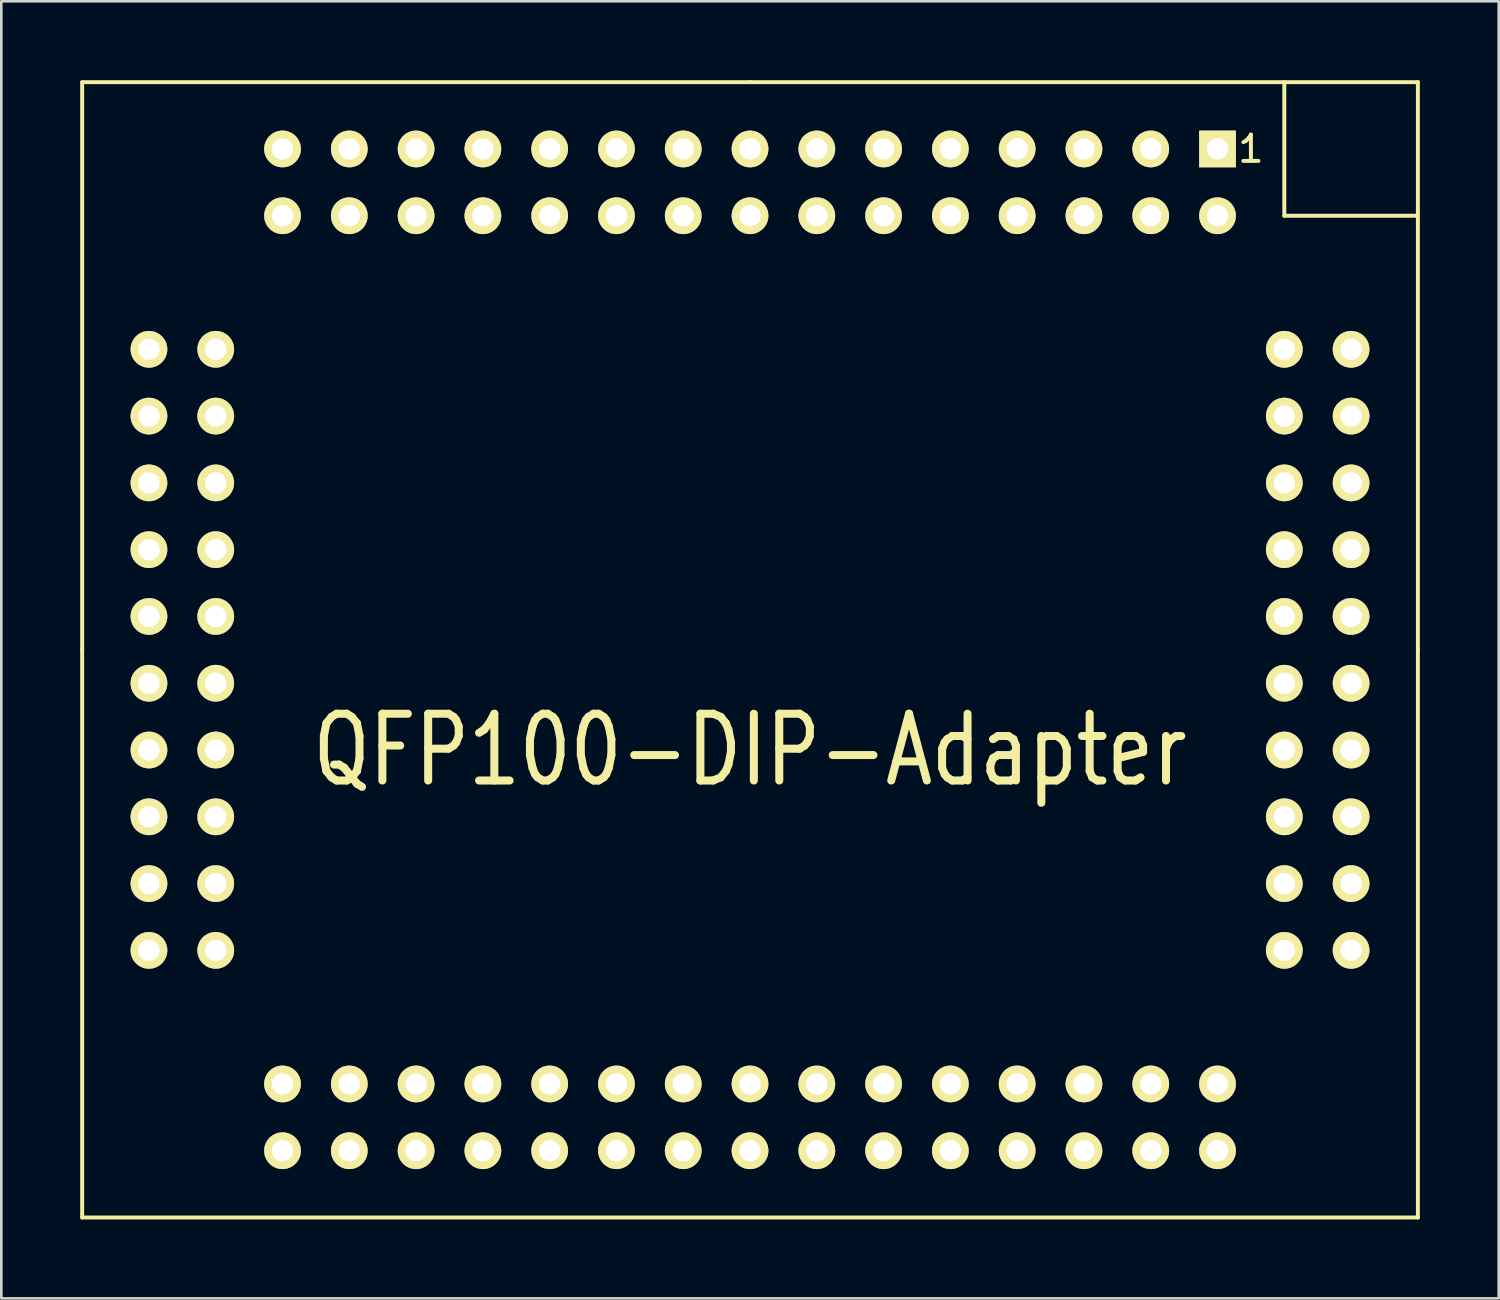
<source format=kicad_pcb>
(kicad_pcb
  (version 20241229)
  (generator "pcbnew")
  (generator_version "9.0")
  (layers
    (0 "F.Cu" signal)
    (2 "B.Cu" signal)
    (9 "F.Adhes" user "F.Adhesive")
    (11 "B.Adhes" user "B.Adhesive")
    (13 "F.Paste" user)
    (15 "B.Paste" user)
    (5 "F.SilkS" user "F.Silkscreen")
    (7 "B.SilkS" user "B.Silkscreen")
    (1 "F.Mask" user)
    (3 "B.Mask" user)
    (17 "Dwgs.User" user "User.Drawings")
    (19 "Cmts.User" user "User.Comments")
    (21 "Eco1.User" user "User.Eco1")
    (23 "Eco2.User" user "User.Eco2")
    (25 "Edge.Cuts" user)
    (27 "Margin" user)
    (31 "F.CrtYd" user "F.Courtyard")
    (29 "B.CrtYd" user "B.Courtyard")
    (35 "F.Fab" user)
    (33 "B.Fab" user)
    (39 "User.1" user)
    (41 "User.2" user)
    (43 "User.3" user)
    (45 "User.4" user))
  (footprint "QFP100-DIP-Adapter"
    (layer "F.Cu")
    (at 25.475 21.665)
    (property "Reference" "QFP100-DIP-Adapter" (at 0 3.81 0) (layer "F.SilkS") (effects (font (size 2.54 2.032) (thickness 0.305))))
    (attr through_hole)
    (fp_line (start -25.4 -21.59) (end 0 -21.59) (stroke (width 0.15) (type solid)) (layer "F.SilkS"))
    (fp_line (start -25.4 0) (end -25.4 -21.59) (stroke (width 0.15) (type solid)) (layer "F.SilkS"))
    (fp_line (start -25.4 21.59) (end -25.4 0) (stroke (width 0.15) (type solid)) (layer "F.SilkS"))
    (fp_line (start 0 -21.59) (end 25.4 -21.59) (stroke (width 0.15) (type solid)) (layer "F.SilkS"))
    (fp_line (start 20.32 -21.59) (end 20.32 -16.51) (stroke (width 0.15) (type solid)) (layer "F.SilkS"))
    (fp_line (start 20.32 -16.51) (end 25.4 -16.51) (stroke (width 0.15) (type solid)) (layer "F.SilkS"))
    (fp_line (start 25.4 -21.59) (end 25.4 0) (stroke (width 0.15) (type solid)) (layer "F.SilkS"))
    (fp_line (start 25.4 0) (end 25.4 21.59) (stroke (width 0.15) (type solid)) (layer "F.SilkS"))
    (fp_line (start 25.4 21.59) (end -25.4 21.59) (stroke (width 0.15) (type solid)) (layer "F.SilkS"))
    (fp_text user "1" (at 19.05 -19.05 0) (layer "F.SilkS") (effects (font (size 1 1) (thickness 0.15))))
    (pad "1" thru_hole rect (at 17.78 -19.05 180) (size 1.397 1.397) (drill 0.813) (layers "*.Cu" "*.Mask" "F.SilkS"))
    (pad "2" thru_hole circle (at 17.78 -16.51 90) (size 1.397 1.397) (drill 0.813) (layers "*.Cu" "*.Mask" "F.SilkS"))
    (pad "3" thru_hole circle (at 15.24 -19.05 90) (size 1.397 1.397) (drill 0.813) (layers "*.Cu" "*.Mask" "F.SilkS"))
    (pad "4" thru_hole circle (at 15.24 -16.51 90) (size 1.397 1.397) (drill 0.813) (layers "*.Cu" "*.Mask" "F.SilkS"))
    (pad "5" thru_hole circle (at 12.7 -19.05 90) (size 1.397 1.397) (drill 0.813) (layers "*.Cu" "*.Mask" "F.SilkS"))
    (pad "6" thru_hole circle (at 12.7 -16.51 90) (size 1.397 1.397) (drill 0.813) (layers "*.Cu" "*.Mask" "F.SilkS"))
    (pad "7" thru_hole circle (at 10.16 -19.05 90) (size 1.397 1.397) (drill 0.813) (layers "*.Cu" "*.Mask" "F.SilkS"))
    (pad "8" thru_hole circle (at 10.16 -16.51 90) (size 1.397 1.397) (drill 0.813) (layers "*.Cu" "*.Mask" "F.SilkS"))
    (pad "9" thru_hole circle (at 7.62 -19.05 90) (size 1.397 1.397) (drill 0.813) (layers "*.Cu" "*.Mask" "F.SilkS"))
    (pad "10" thru_hole circle (at 7.62 -16.51 90) (size 1.397 1.397) (drill 0.813) (layers "*.Cu" "*.Mask" "F.SilkS"))
    (pad "11" thru_hole circle (at 5.08 -19.05 90) (size 1.397 1.397) (drill 0.813) (layers "*.Cu" "*.Mask" "F.SilkS"))
    (pad "12" thru_hole circle (at 5.08 -16.51 90) (size 1.397 1.397) (drill 0.813) (layers "*.Cu" "*.Mask" "F.SilkS"))
    (pad "13" thru_hole circle (at 2.54 -19.05 90) (size 1.397 1.397) (drill 0.813) (layers "*.Cu" "*.Mask" "F.SilkS"))
    (pad "14" thru_hole circle (at 2.54 -16.51 90) (size 1.397 1.397) (drill 0.813) (layers "*.Cu" "*.Mask" "F.SilkS"))
    (pad "15" thru_hole circle (at 0 -19.05 90) (size 1.397 1.397) (drill 0.813) (layers "*.Cu" "*.Mask" "F.SilkS"))
    (pad "16" thru_hole circle (at 0 -16.51 90) (size 1.397 1.397) (drill 0.813) (layers "*.Cu" "*.Mask" "F.SilkS"))
    (pad "17" thru_hole circle (at -2.54 -19.05 90) (size 1.397 1.397) (drill 0.813) (layers "*.Cu" "*.Mask" "F.SilkS"))
    (pad "18" thru_hole circle (at -2.54 -16.51 90) (size 1.397 1.397) (drill 0.813) (layers "*.Cu" "*.Mask" "F.SilkS"))
    (pad "19" thru_hole circle (at -5.08 -19.05 90) (size 1.397 1.397) (drill 0.813) (layers "*.Cu" "*.Mask" "F.SilkS"))
    (pad "20" thru_hole circle (at -5.08 -16.51 90) (size 1.397 1.397) (drill 0.813) (layers "*.Cu" "*.Mask" "F.SilkS"))
    (pad "21" thru_hole circle (at -7.62 -19.05 90) (size 1.397 1.397) (drill 0.813) (layers "*.Cu" "*.Mask" "F.SilkS"))
    (pad "22" thru_hole circle (at -7.62 -16.51 90) (size 1.397 1.397) (drill 0.813) (layers "*.Cu" "*.Mask" "F.SilkS"))
    (pad "23" thru_hole circle (at -10.16 -19.05 90) (size 1.397 1.397) (drill 0.813) (layers "*.Cu" "*.Mask" "F.SilkS"))
    (pad "24" thru_hole circle (at -10.16 -16.51 90) (size 1.397 1.397) (drill 0.813) (layers "*.Cu" "*.Mask" "F.SilkS"))
    (pad "25" thru_hole circle (at -12.7 -19.05 90) (size 1.397 1.397) (drill 0.813) (layers "*.Cu" "*.Mask" "F.SilkS"))
    (pad "26" thru_hole circle (at -12.7 -16.51 90) (size 1.397 1.397) (drill 0.813) (layers "*.Cu" "*.Mask" "F.SilkS"))
    (pad "27" thru_hole circle (at -15.24 -19.05 90) (size 1.397 1.397) (drill 0.813) (layers "*.Cu" "*.Mask" "F.SilkS"))
    (pad "28" thru_hole circle (at -15.24 -16.51 90) (size 1.397 1.397) (drill 0.813) (layers "*.Cu" "*.Mask" "F.SilkS"))
    (pad "29" thru_hole circle (at -17.78 -19.05 90) (size 1.397 1.397) (drill 0.813) (layers "*.Cu" "*.Mask" "F.SilkS"))
    (pad "30" thru_hole circle (at -17.78 -16.51 90) (size 1.397 1.397) (drill 0.813) (layers "*.Cu" "*.Mask" "F.SilkS"))
    (pad "31" thru_hole circle (at -22.86 -11.43 180) (size 1.397 1.397) (drill 0.813) (layers "*.Cu" "*.Mask" "F.SilkS"))
    (pad "32" thru_hole circle (at -20.32 -11.43 180) (size 1.397 1.397) (drill 0.813) (layers "*.Cu" "*.Mask" "F.SilkS"))
    (pad "33" thru_hole circle (at -22.86 -8.89 180) (size 1.397 1.397) (drill 0.813) (layers "*.Cu" "*.Mask" "F.SilkS"))
    (pad "34" thru_hole circle (at -20.32 -8.89 90) (size 1.397 1.397) (drill 0.813) (layers "*.Cu" "*.Mask" "F.SilkS"))
    (pad "35" thru_hole circle (at -22.86 -6.35 90) (size 1.397 1.397) (drill 0.813) (layers "*.Cu" "*.Mask" "F.SilkS"))
    (pad "36" thru_hole circle (at -20.32 -6.35 90) (size 1.397 1.397) (drill 0.813) (layers "*.Cu" "*.Mask" "F.SilkS"))
    (pad "37" thru_hole circle (at -22.86 -3.81 90) (size 1.397 1.397) (drill 0.813) (layers "*.Cu" "*.Mask" "F.SilkS"))
    (pad "38" thru_hole circle (at -20.32 -3.81 90) (size 1.397 1.397) (drill 0.813) (layers "*.Cu" "*.Mask" "F.SilkS"))
    (pad "39" thru_hole circle (at -22.86 -1.27 90) (size 1.397 1.397) (drill 0.813) (layers "*.Cu" "*.Mask" "F.SilkS"))
    (pad "40" thru_hole circle (at -20.32 -1.27 90) (size 1.397 1.397) (drill 0.813) (layers "*.Cu" "*.Mask" "F.SilkS"))
    (pad "41" thru_hole circle (at -22.86 1.27 90) (size 1.397 1.397) (drill 0.813) (layers "*.Cu" "*.Mask" "F.SilkS"))
    (pad "42" thru_hole circle (at -20.32 1.27 90) (size 1.397 1.397) (drill 0.813) (layers "*.Cu" "*.Mask" "F.SilkS"))
    (pad "43" thru_hole circle (at -22.86 3.81 90) (size 1.397 1.397) (drill 0.813) (layers "*.Cu" "*.Mask" "F.SilkS"))
    (pad "44" thru_hole circle (at -20.32 3.81 90) (size 1.397 1.397) (drill 0.813) (layers "*.Cu" "*.Mask" "F.SilkS"))
    (pad "45" thru_hole circle (at -22.86 6.35 90) (size 1.397 1.397) (drill 0.813) (layers "*.Cu" "*.Mask" "F.SilkS"))
    (pad "46" thru_hole circle (at -20.32 6.35 90) (size 1.397 1.397) (drill 0.813) (layers "*.Cu" "*.Mask" "F.SilkS"))
    (pad "47" thru_hole circle (at -22.86 8.89 90) (size 1.397 1.397) (drill 0.813) (layers "*.Cu" "*.Mask" "F.SilkS"))
    (pad "48" thru_hole circle (at -20.32 8.89 90) (size 1.397 1.397) (drill 0.813) (layers "*.Cu" "*.Mask" "F.SilkS"))
    (pad "49" thru_hole circle (at -22.86 11.43 90) (size 1.397 1.397) (drill 0.813) (layers "*.Cu" "*.Mask" "F.SilkS"))
    (pad "50" thru_hole circle (at -20.32 11.43 90) (size 1.397 1.397) (drill 0.813) (layers "*.Cu" "*.Mask" "F.SilkS"))
    (pad "51" thru_hole circle (at -17.78 19.05 180) (size 1.397 1.397) (drill 0.813) (layers "*.Cu" "*.Mask" "F.SilkS"))
    (pad "52" thru_hole circle (at -17.78 16.51 180) (size 1.397 1.397) (drill 0.813) (layers "*.Cu" "*.Mask" "F.SilkS"))
    (pad "53" thru_hole circle (at -15.24 19.05 180) (size 1.397 1.397) (drill 0.813) (layers "*.Cu" "*.Mask" "F.SilkS"))
    (pad "54" thru_hole circle (at -15.24 16.51 180) (size 1.397 1.397) (drill 0.813) (layers "*.Cu" "*.Mask" "F.SilkS"))
    (pad "55" thru_hole circle (at -12.7 19.05 180) (size 1.397 1.397) (drill 0.813) (layers "*.Cu" "*.Mask" "F.SilkS"))
    (pad "56" thru_hole circle (at -12.7 16.51 180) (size 1.397 1.397) (drill 0.813) (layers "*.Cu" "*.Mask" "F.SilkS"))
    (pad "57" thru_hole circle (at -10.16 19.05 180) (size 1.397 1.397) (drill 0.813) (layers "*.Cu" "*.Mask" "F.SilkS"))
    (pad "58" thru_hole circle (at -10.16 16.51 180) (size 1.397 1.397) (drill 0.813) (layers "*.Cu" "*.Mask" "F.SilkS"))
    (pad "59" thru_hole circle (at -7.62 19.05 180) (size 1.397 1.397) (drill 0.813) (layers "*.Cu" "*.Mask" "F.SilkS"))
    (pad "60" thru_hole circle (at -7.62 16.51 180) (size 1.397 1.397) (drill 0.813) (layers "*.Cu" "*.Mask" "F.SilkS"))
    (pad "61" thru_hole circle (at -5.08 19.05 180) (size 1.397 1.397) (drill 0.813) (layers "*.Cu" "*.Mask" "F.SilkS"))
    (pad "62" thru_hole circle (at -5.08 16.51 180) (size 1.397 1.397) (drill 0.813) (layers "*.Cu" "*.Mask" "F.SilkS"))
    (pad "63" thru_hole circle (at -2.54 19.05 180) (size 1.397 1.397) (drill 0.813) (layers "*.Cu" "*.Mask" "F.SilkS"))
    (pad "64" thru_hole circle (at -2.54 16.51 180) (size 1.397 1.397) (drill 0.813) (layers "*.Cu" "*.Mask" "F.SilkS"))
    (pad "65" thru_hole circle (at 0 19.05 90) (size 1.397 1.397) (drill 0.813) (layers "*.Cu" "*.Mask" "F.SilkS"))
    (pad "66" thru_hole circle (at 0 16.51 90) (size 1.397 1.397) (drill 0.813) (layers "*.Cu" "*.Mask" "F.SilkS"))
    (pad "67" thru_hole circle (at 2.54 19.05 90) (size 1.397 1.397) (drill 0.813) (layers "*.Cu" "*.Mask" "F.SilkS"))
    (pad "68" thru_hole circle (at 2.54 16.51 90) (size 1.397 1.397) (drill 0.813) (layers "*.Cu" "*.Mask" "F.SilkS"))
    (pad "69" thru_hole circle (at 5.08 19.05 90) (size 1.397 1.397) (drill 0.813) (layers "*.Cu" "*.Mask" "F.SilkS"))
    (pad "70" thru_hole circle (at 5.08 16.51 90) (size 1.397 1.397) (drill 0.813) (layers "*.Cu" "*.Mask" "F.SilkS"))
    (pad "71" thru_hole circle (at 7.62 19.05 90) (size 1.397 1.397) (drill 0.813) (layers "*.Cu" "*.Mask" "F.SilkS"))
    (pad "72" thru_hole circle (at 7.62 16.51 90) (size 1.397 1.397) (drill 0.813) (layers "*.Cu" "*.Mask" "F.SilkS"))
    (pad "73" thru_hole circle (at 10.16 19.05 90) (size 1.397 1.397) (drill 0.813) (layers "*.Cu" "*.Mask" "F.SilkS"))
    (pad "74" thru_hole circle (at 10.16 16.51 90) (size 1.397 1.397) (drill 0.813) (layers "*.Cu" "*.Mask" "F.SilkS"))
    (pad "75" thru_hole circle (at 12.7 19.05 90) (size 1.397 1.397) (drill 0.813) (layers "*.Cu" "*.Mask" "F.SilkS"))
    (pad "76" thru_hole circle (at 12.7 16.51 90) (size 1.397 1.397) (drill 0.813) (layers "*.Cu" "*.Mask" "F.SilkS"))
    (pad "77" thru_hole circle (at 15.24 19.05 90) (size 1.397 1.397) (drill 0.813) (layers "*.Cu" "*.Mask" "F.SilkS"))
    (pad "78" thru_hole circle (at 15.24 16.51 90) (size 1.397 1.397) (drill 0.813) (layers "*.Cu" "*.Mask" "F.SilkS"))
    (pad "79" thru_hole circle (at 17.78 19.05 90) (size 1.397 1.397) (drill 0.813) (layers "*.Cu" "*.Mask" "F.SilkS"))
    (pad "80" thru_hole circle (at 17.78 16.51 90) (size 1.397 1.397) (drill 0.813) (layers "*.Cu" "*.Mask" "F.SilkS"))
    (pad "81" thru_hole circle (at 22.86 11.43 180) (size 1.397 1.397) (drill 0.813) (layers "*.Cu" "*.Mask" "F.SilkS"))
    (pad "82" thru_hole circle (at 20.32 11.43 180) (size 1.397 1.397) (drill 0.813) (layers "*.Cu" "*.Mask" "F.SilkS"))
    (pad "83" thru_hole circle (at 22.86 8.89 180) (size 1.397 1.397) (drill 0.813) (layers "*.Cu" "*.Mask" "F.SilkS"))
    (pad "84" thru_hole circle (at 20.32 8.89 180) (size 1.397 1.397) (drill 0.813) (layers "*.Cu" "*.Mask" "F.SilkS"))
    (pad "85" thru_hole circle (at 22.86 6.35 180) (size 1.397 1.397) (drill 0.813) (layers "*.Cu" "*.Mask" "F.SilkS"))
    (pad "86" thru_hole circle (at 20.32 6.35 180) (size 1.397 1.397) (drill 0.813) (layers "*.Cu" "*.Mask" "F.SilkS"))
    (pad "87" thru_hole circle (at 22.86 3.81 180) (size 1.397 1.397) (drill 0.813) (layers "*.Cu" "*.Mask" "F.SilkS"))
    (pad "88" thru_hole circle (at 20.32 3.81 180) (size 1.397 1.397) (drill 0.813) (layers "*.Cu" "*.Mask" "F.SilkS"))
    (pad "89" thru_hole circle (at 22.86 1.27 180) (size 1.397 1.397) (drill 0.813) (layers "*.Cu" "*.Mask" "F.SilkS"))
    (pad "90" thru_hole circle (at 20.32 1.27 180) (size 1.397 1.397) (drill 0.813) (layers "*.Cu" "*.Mask" "F.SilkS"))
    (pad "91" thru_hole circle (at 22.86 -1.27 180) (size 1.397 1.397) (drill 0.813) (layers "*.Cu" "*.Mask" "F.SilkS"))
    (pad "92" thru_hole circle (at 20.32 -1.27 180) (size 1.397 1.397) (drill 0.813) (layers "*.Cu" "*.Mask" "F.SilkS"))
    (pad "93" thru_hole circle (at 22.86 -3.81 180) (size 1.397 1.397) (drill 0.813) (layers "*.Cu" "*.Mask" "F.SilkS"))
    (pad "94" thru_hole circle (at 20.32 -3.81 180) (size 1.397 1.397) (drill 0.813) (layers "*.Cu" "*.Mask" "F.SilkS"))
    (pad "95" thru_hole circle (at 22.86 -6.35 180) (size 1.397 1.397) (drill 0.813) (layers "*.Cu" "*.Mask" "F.SilkS"))
    (pad "96" thru_hole circle (at 20.32 -6.35 180) (size 1.397 1.397) (drill 0.813) (layers "*.Cu" "*.Mask" "F.SilkS"))
    (pad "97" thru_hole circle (at 22.86 -8.89 90) (size 1.397 1.397) (drill 0.813) (layers "*.Cu" "*.Mask" "F.SilkS"))
    (pad "98" thru_hole circle (at 20.32 -8.89 90) (size 1.397 1.397) (drill 0.813) (layers "*.Cu" "*.Mask" "F.SilkS"))
    (pad "99" thru_hole circle (at 22.86 -11.43 90) (size 1.397 1.397) (drill 0.813) (layers "*.Cu" "*.Mask" "F.SilkS"))
    (pad "100" thru_hole circle (at 20.32 -11.43 90) (size 1.397 1.397) (drill 0.813) (layers "*.Cu" "*.Mask" "F.SilkS")))
  (gr_rect
    (start -3 -3)
    (end 53.95 46.33)
    (stroke (width 0.1) (type default))
    (fill no)
    (layer "Edge.Cuts")))
</source>
